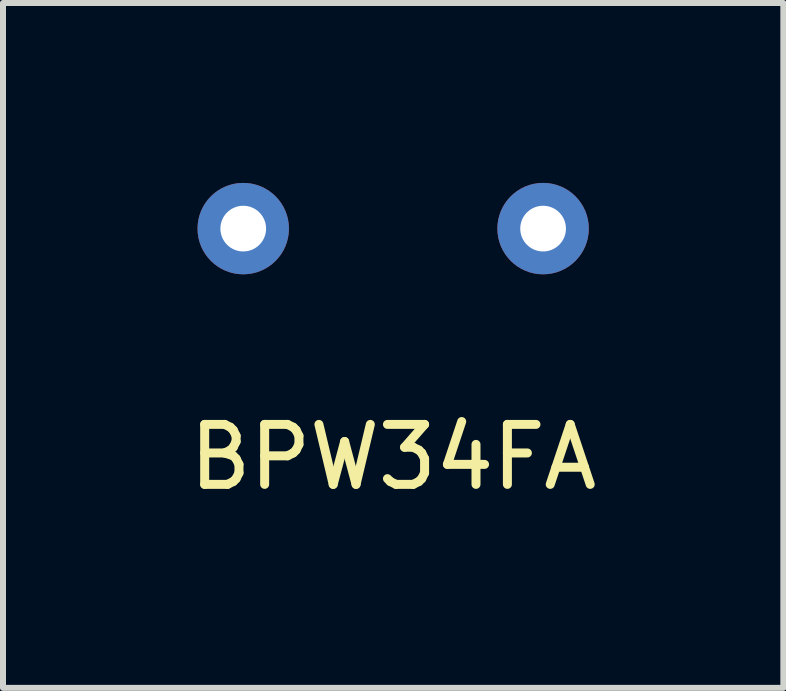
<source format=kicad_pcb>
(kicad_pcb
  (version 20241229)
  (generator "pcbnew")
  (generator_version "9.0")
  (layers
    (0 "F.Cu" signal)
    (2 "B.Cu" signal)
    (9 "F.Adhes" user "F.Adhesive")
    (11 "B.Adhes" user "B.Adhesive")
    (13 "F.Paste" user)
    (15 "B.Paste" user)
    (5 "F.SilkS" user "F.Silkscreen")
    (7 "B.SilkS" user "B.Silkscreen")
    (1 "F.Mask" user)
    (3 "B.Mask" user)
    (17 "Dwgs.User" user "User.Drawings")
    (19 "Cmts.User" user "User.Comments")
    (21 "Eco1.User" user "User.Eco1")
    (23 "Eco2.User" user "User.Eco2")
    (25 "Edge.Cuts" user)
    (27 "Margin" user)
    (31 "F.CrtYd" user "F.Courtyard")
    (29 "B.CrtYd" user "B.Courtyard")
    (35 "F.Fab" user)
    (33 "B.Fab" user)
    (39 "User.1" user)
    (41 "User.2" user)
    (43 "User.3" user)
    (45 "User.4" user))
  (footprint "BPW34FA"
    (layer "F.Cu")
    (at 3.506 0.762)
    (property "Reference" "BPW34FA" (at 0 3.81 0) (layer "F.SilkS") (effects (font (size 1 1) (thickness 0.15))))
    (attr through_hole)
    (pad "1" thru_hole circle (at -2.5 0) (size 1.524 1.524) (drill 0.762) (layers "*.Cu" "*.Mask"))
    (pad "2" thru_hole circle (at 2.5 0) (size 1.524 1.524) (drill 0.762) (layers "*.Cu" "*.Mask")))
  (gr_rect
    (start -3 -3)
    (end 10.012 8.42)
    (stroke (width 0.1) (type default))
    (fill no)
    (layer "Edge.Cuts")))
</source>
